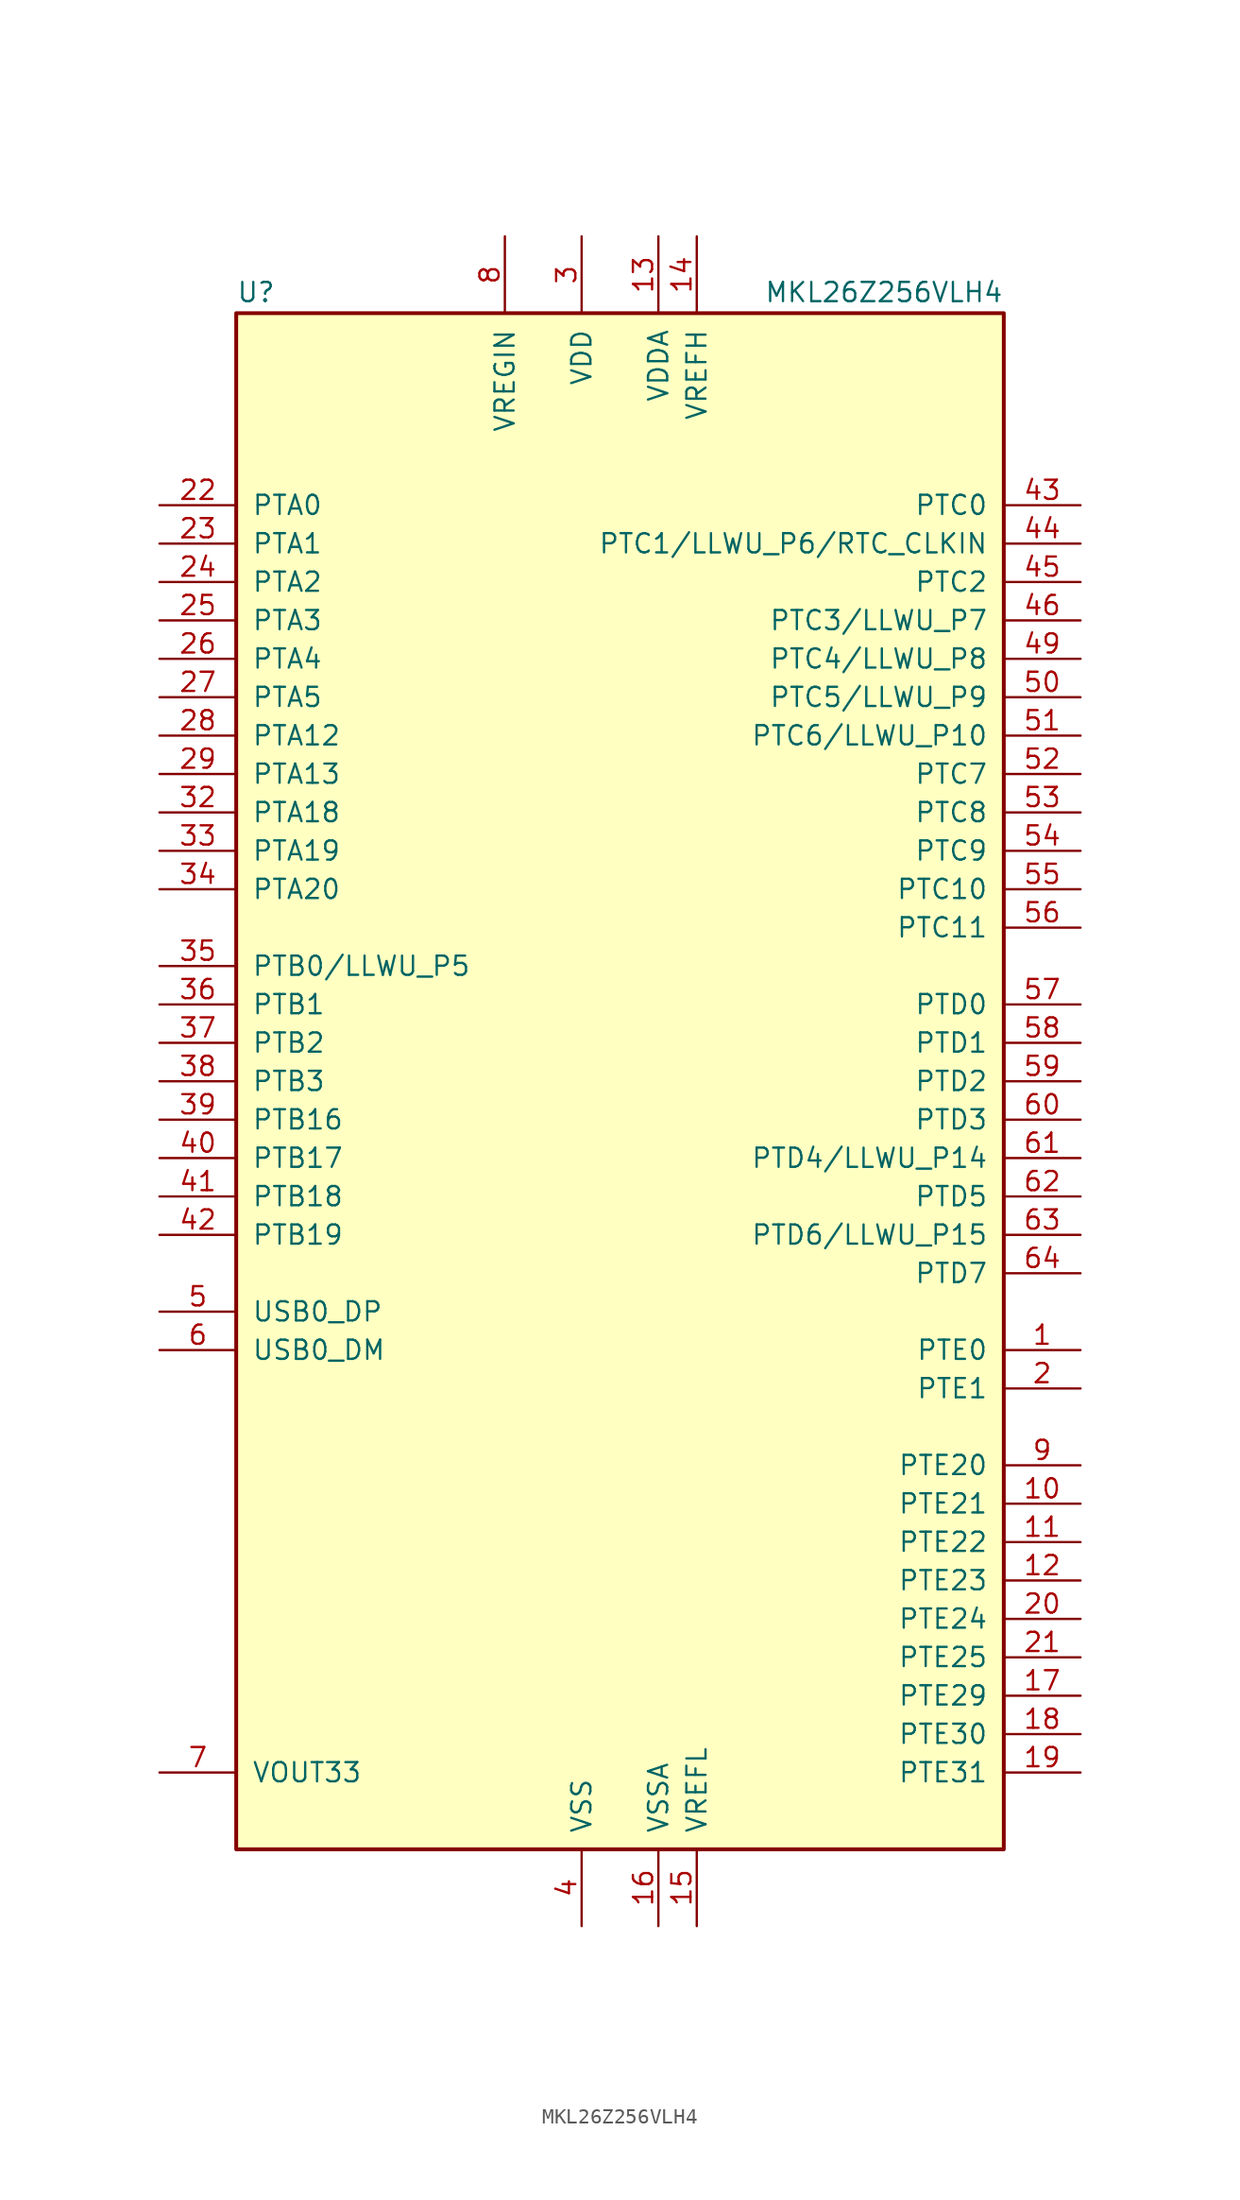
<source format=kicad_sym>
(kicad_symbol_lib
  (version 20231120)
  (generator "kicad_symbol_editor")
  (generator_version "8.0")
  (symbol "MKL26Z256VLH4"
    (pin_names
      (offset 1.016))
    (property "Reference" "U"
      (at -25.4 51.435 0)
      (effects (font (size 1.27 1.27)) (justify left bottom)))
    (property "Value" "MKL26Z256VLH4"
      (at 25.4 51.435 0)
      (effects (font (size 1.27 1.27)) (justify right bottom)))
    (symbol "MKL26Z256VLH4_0_1"
      (rectangle (start -25.4 50.8) (end 25.4 -50.8) (stroke (width 0.254) (type default)) (fill (type background))))
    (symbol "MKL26Z256VLH4_1_1"
      (pin bidirectional line (at 30.48 -17.78 180) (length 5.08) (name "PTE0" (effects (font (size 1.27 1.27)))) (number "1" (effects (font (size 1.27 1.27)))))
      (pin bidirectional line (at 30.48 -27.94 180) (length 5.08) (name "PTE21" (effects (font (size 1.27 1.27)))) (number "10" (effects (font (size 1.27 1.27)))))
      (pin bidirectional line (at 30.48 -30.48 180) (length 5.08) (name "PTE22" (effects (font (size 1.27 1.27)))) (number "11" (effects (font (size 1.27 1.27)))))
      (pin bidirectional line (at 30.48 -33.02 180) (length 5.08) (name "PTE23" (effects (font (size 1.27 1.27)))) (number "12" (effects (font (size 1.27 1.27)))))
      (pin power_in line (at 2.54 55.88 270) (length 5.08) (name "VDDA" (effects (font (size 1.27 1.27)))) (number "13" (effects (font (size 1.27 1.27)))))
      (pin power_in line (at 5.08 55.88 270) (length 5.08) (name "VREFH" (effects (font (size 1.27 1.27)))) (number "14" (effects (font (size 1.27 1.27)))))
      (pin power_in line (at 5.08 -55.88 90) (length 5.08) (name "VREFL" (effects (font (size 1.27 1.27)))) (number "15" (effects (font (size 1.27 1.27)))))
      (pin power_in line (at 2.54 -55.88 90) (length 5.08) (name "VSSA" (effects (font (size 1.27 1.27)))) (number "16" (effects (font (size 1.27 1.27)))))
      (pin bidirectional line (at 30.48 -40.64 180) (length 5.08) (name "PTE29" (effects (font (size 1.27 1.27)))) (number "17" (effects (font (size 1.27 1.27)))))
      (pin bidirectional line (at 30.48 -43.18 180) (length 5.08) (name "PTE30" (effects (font (size 1.27 1.27)))) (number "18" (effects (font (size 1.27 1.27)))))
      (pin bidirectional line (at 30.48 -45.72 180) (length 5.08) (name "PTE31" (effects (font (size 1.27 1.27)))) (number "19" (effects (font (size 1.27 1.27)))))
      (pin bidirectional line (at 30.48 -20.32 180) (length 5.08) (name "PTE1" (effects (font (size 1.27 1.27)))) (number "2" (effects (font (size 1.27 1.27)))))
      (pin bidirectional line (at 30.48 -35.56 180) (length 5.08) (name "PTE24" (effects (font (size 1.27 1.27)))) (number "20" (effects (font (size 1.27 1.27)))))
      (pin bidirectional line (at 30.48 -38.1 180) (length 5.08) (name "PTE25" (effects (font (size 1.27 1.27)))) (number "21" (effects (font (size 1.27 1.27)))))
      (pin bidirectional line (at -30.48 38.1 0) (length 5.08) (name "PTA0" (effects (font (size 1.27 1.27)))) (number "22" (effects (font (size 1.27 1.27)))))
      (pin bidirectional line (at -30.48 35.56 0) (length 5.08) (name "PTA1" (effects (font (size 1.27 1.27)))) (number "23" (effects (font (size 1.27 1.27)))))
      (pin bidirectional line (at -30.48 33.02 0) (length 5.08) (name "PTA2" (effects (font (size 1.27 1.27)))) (number "24" (effects (font (size 1.27 1.27)))))
      (pin bidirectional line (at -30.48 30.48 0) (length 5.08) (name "PTA3" (effects (font (size 1.27 1.27)))) (number "25" (effects (font (size 1.27 1.27)))))
      (pin bidirectional line (at -30.48 27.94 0) (length 5.08) (name "PTA4" (effects (font (size 1.27 1.27)))) (number "26" (effects (font (size 1.27 1.27)))))
      (pin bidirectional line (at -30.48 25.4 0) (length 5.08) (name "PTA5" (effects (font (size 1.27 1.27)))) (number "27" (effects (font (size 1.27 1.27)))))
      (pin bidirectional line (at -30.48 22.86 0) (length 5.08) (name "PTA12" (effects (font (size 1.27 1.27)))) (number "28" (effects (font (size 1.27 1.27)))))
      (pin bidirectional line (at -30.48 20.32 0) (length 5.08) (name "PTA13" (effects (font (size 1.27 1.27)))) (number "29" (effects (font (size 1.27 1.27)))))
      (pin power_in line (at -2.54 55.88 270) (length 5.08) (name "VDD" (effects (font (size 1.27 1.27)))) (number "3" (effects (font (size 1.27 1.27)))))
      (pin passive line (at -2.54 55.88 270) (length 5.08) hide (name "VDD" (effects (font (size 1.27 1.27)))) (number "30" (effects (font (size 1.27 1.27)))))
      (pin passive line (at -2.54 -55.88 90) (length 5.08) hide (name "VSS" (effects (font (size 1.27 1.27)))) (number "31" (effects (font (size 1.27 1.27)))))
      (pin bidirectional line (at -30.48 17.78 0) (length 5.08) (name "PTA18" (effects (font (size 1.27 1.27)))) (number "32" (effects (font (size 1.27 1.27)))))
      (pin bidirectional line (at -30.48 15.24 0) (length 5.08) (name "PTA19" (effects (font (size 1.27 1.27)))) (number "33" (effects (font (size 1.27 1.27)))))
      (pin bidirectional line (at -30.48 12.7 0) (length 5.08) (name "PTA20" (effects (font (size 1.27 1.27)))) (number "34" (effects (font (size 1.27 1.27)))))
      (pin bidirectional line (at -30.48 7.62 0) (length 5.08) (name "PTB0/LLWU_P5" (effects (font (size 1.27 1.27)))) (number "35" (effects (font (size 1.27 1.27)))))
      (pin bidirectional line (at -30.48 5.08 0) (length 5.08) (name "PTB1" (effects (font (size 1.27 1.27)))) (number "36" (effects (font (size 1.27 1.27)))))
      (pin bidirectional line (at -30.48 2.54 0) (length 5.08) (name "PTB2" (effects (font (size 1.27 1.27)))) (number "37" (effects (font (size 1.27 1.27)))))
      (pin bidirectional line (at -30.48 0 0) (length 5.08) (name "PTB3" (effects (font (size 1.27 1.27)))) (number "38" (effects (font (size 1.27 1.27)))))
      (pin bidirectional line (at -30.48 -2.54 0) (length 5.08) (name "PTB16" (effects (font (size 1.27 1.27)))) (number "39" (effects (font (size 1.27 1.27)))))
      (pin power_in line (at -2.54 -55.88 90) (length 5.08) (name "VSS" (effects (font (size 1.27 1.27)))) (number "4" (effects (font (size 1.27 1.27)))))
      (pin bidirectional line (at -30.48 -5.08 0) (length 5.08) (name "PTB17" (effects (font (size 1.27 1.27)))) (number "40" (effects (font (size 1.27 1.27)))))
      (pin bidirectional line (at -30.48 -7.62 0) (length 5.08) (name "PTB18" (effects (font (size 1.27 1.27)))) (number "41" (effects (font (size 1.27 1.27)))))
      (pin bidirectional line (at -30.48 -10.16 0) (length 5.08) (name "PTB19" (effects (font (size 1.27 1.27)))) (number "42" (effects (font (size 1.27 1.27)))))
      (pin bidirectional line (at 30.48 38.1 180) (length 5.08) (name "PTC0" (effects (font (size 1.27 1.27)))) (number "43" (effects (font (size 1.27 1.27)))))
      (pin bidirectional line (at 30.48 35.56 180) (length 5.08) (name "PTC1/LLWU_P6/RTC_CLKIN" (effects (font (size 1.27 1.27)))) (number "44" (effects (font (size 1.27 1.27)))))
      (pin bidirectional line (at 30.48 33.02 180) (length 5.08) (name "PTC2" (effects (font (size 1.27 1.27)))) (number "45" (effects (font (size 1.27 1.27)))))
      (pin bidirectional line (at 30.48 30.48 180) (length 5.08) (name "PTC3/LLWU_P7" (effects (font (size 1.27 1.27)))) (number "46" (effects (font (size 1.27 1.27)))))
      (pin passive line (at -2.54 -55.88 90) (length 5.08) hide (name "VSS" (effects (font (size 1.27 1.27)))) (number "47" (effects (font (size 1.27 1.27)))))
      (pin passive line (at -2.54 55.88 270) (length 5.08) hide (name "VDD" (effects (font (size 1.27 1.27)))) (number "48" (effects (font (size 1.27 1.27)))))
      (pin bidirectional line (at 30.48 27.94 180) (length 5.08) (name "PTC4/LLWU_P8" (effects (font (size 1.27 1.27)))) (number "49" (effects (font (size 1.27 1.27)))))
      (pin bidirectional line (at -30.48 -15.24 0) (length 5.08) (name "USB0_DP" (effects (font (size 1.27 1.27)))) (number "5" (effects (font (size 1.27 1.27)))))
      (pin bidirectional line (at 30.48 25.4 180) (length 5.08) (name "PTC5/LLWU_P9" (effects (font (size 1.27 1.27)))) (number "50" (effects (font (size 1.27 1.27)))))
      (pin bidirectional line (at 30.48 22.86 180) (length 5.08) (name "PTC6/LLWU_P10" (effects (font (size 1.27 1.27)))) (number "51" (effects (font (size 1.27 1.27)))))
      (pin bidirectional line (at 30.48 20.32 180) (length 5.08) (name "PTC7" (effects (font (size 1.27 1.27)))) (number "52" (effects (font (size 1.27 1.27)))))
      (pin bidirectional line (at 30.48 17.78 180) (length 5.08) (name "PTC8" (effects (font (size 1.27 1.27)))) (number "53" (effects (font (size 1.27 1.27)))))
      (pin bidirectional line (at 30.48 15.24 180) (length 5.08) (name "PTC9" (effects (font (size 1.27 1.27)))) (number "54" (effects (font (size 1.27 1.27)))))
      (pin bidirectional line (at 30.48 12.7 180) (length 5.08) (name "PTC10" (effects (font (size 1.27 1.27)))) (number "55" (effects (font (size 1.27 1.27)))))
      (pin bidirectional line (at 30.48 10.16 180) (length 5.08) (name "PTC11" (effects (font (size 1.27 1.27)))) (number "56" (effects (font (size 1.27 1.27)))))
      (pin bidirectional line (at 30.48 5.08 180) (length 5.08) (name "PTD0" (effects (font (size 1.27 1.27)))) (number "57" (effects (font (size 1.27 1.27)))))
      (pin bidirectional line (at 30.48 2.54 180) (length 5.08) (name "PTD1" (effects (font (size 1.27 1.27)))) (number "58" (effects (font (size 1.27 1.27)))))
      (pin bidirectional line (at 30.48 0 180) (length 5.08) (name "PTD2" (effects (font (size 1.27 1.27)))) (number "59" (effects (font (size 1.27 1.27)))))
      (pin bidirectional line (at -30.48 -17.78 0) (length 5.08) (name "USB0_DM" (effects (font (size 1.27 1.27)))) (number "6" (effects (font (size 1.27 1.27)))))
      (pin bidirectional line (at 30.48 -2.54 180) (length 5.08) (name "PTD3" (effects (font (size 1.27 1.27)))) (number "60" (effects (font (size 1.27 1.27)))))
      (pin bidirectional line (at 30.48 -5.08 180) (length 5.08) (name "PTD4/LLWU_P14" (effects (font (size 1.27 1.27)))) (number "61" (effects (font (size 1.27 1.27)))))
      (pin bidirectional line (at 30.48 -7.62 180) (length 5.08) (name "PTD5" (effects (font (size 1.27 1.27)))) (number "62" (effects (font (size 1.27 1.27)))))
      (pin bidirectional line (at 30.48 -10.16 180) (length 5.08) (name "PTD6/LLWU_P15" (effects (font (size 1.27 1.27)))) (number "63" (effects (font (size 1.27 1.27)))))
      (pin bidirectional line (at 30.48 -12.7 180) (length 5.08) (name "PTD7" (effects (font (size 1.27 1.27)))) (number "64" (effects (font (size 1.27 1.27)))))
      (pin power_out line (at -30.48 -45.72 0) (length 5.08) (name "VOUT33" (effects (font (size 1.27 1.27)))) (number "7" (effects (font (size 1.27 1.27)))))
      (pin power_in line (at -7.62 55.88 270) (length 5.08) (name "VREGIN" (effects (font (size 1.27 1.27)))) (number "8" (effects (font (size 1.27 1.27)))))
      (pin bidirectional line (at 30.48 -25.4 180) (length 5.08) (name "PTE20" (effects (font (size 1.27 1.27)))) (number "9" (effects (font (size 1.27 1.27))))))))
</source>
